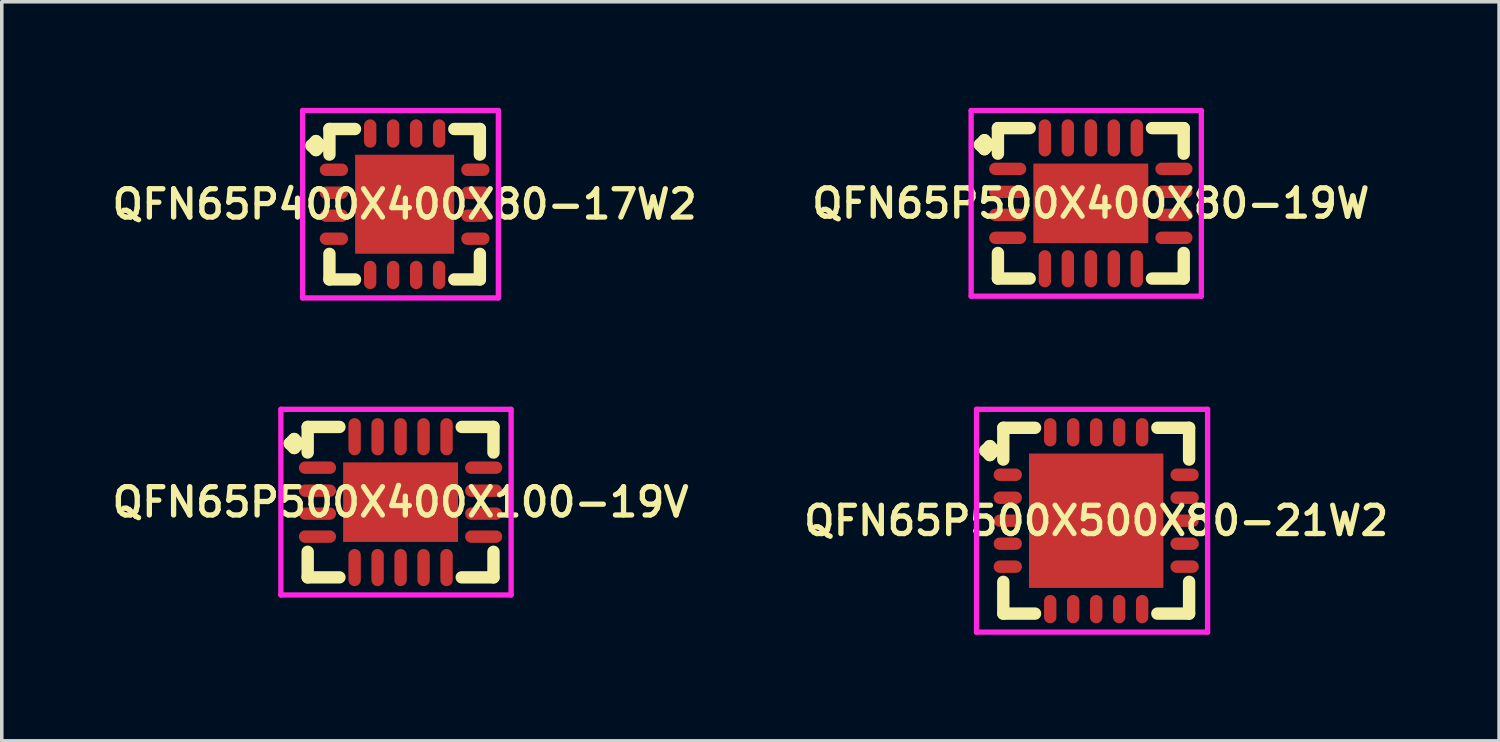
<source format=kicad_pcb>
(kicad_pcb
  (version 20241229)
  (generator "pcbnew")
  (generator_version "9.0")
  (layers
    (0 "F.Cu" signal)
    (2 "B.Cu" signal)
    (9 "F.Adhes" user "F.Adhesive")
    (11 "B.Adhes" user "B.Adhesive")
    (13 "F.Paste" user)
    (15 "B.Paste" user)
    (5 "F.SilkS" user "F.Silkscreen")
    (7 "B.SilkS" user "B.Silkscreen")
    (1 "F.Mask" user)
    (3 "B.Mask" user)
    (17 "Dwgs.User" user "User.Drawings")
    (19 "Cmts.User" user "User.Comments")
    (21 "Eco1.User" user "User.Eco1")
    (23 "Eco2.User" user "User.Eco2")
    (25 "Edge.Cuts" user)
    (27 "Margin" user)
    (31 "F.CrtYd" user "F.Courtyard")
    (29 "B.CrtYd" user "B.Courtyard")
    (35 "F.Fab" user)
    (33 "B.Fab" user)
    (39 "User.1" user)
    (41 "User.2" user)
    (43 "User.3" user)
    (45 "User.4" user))
  (footprint "QFN65P500X400X80-19W"
    (layer "F.Cu")
    (at 27.797 2.7)
    (property "Reference" "QFN65P500X400X80-19W" (at 0 0 0) (layer "F.SilkS") (effects (font (size 0.8 0.8) (thickness 0.15))))
    (attr smd)
    (fp_line (start -3.135 -1.658) (end -3.008 -1.785) (stroke (width 0.35) (type solid)) (layer "F.SilkS"))
    (fp_line (start -3.008 -1.785) (end -2.881 -1.658) (stroke (width 0.35) (type solid)) (layer "F.SilkS"))
    (fp_line (start -3.008 -1.531) (end -3.135 -1.658) (stroke (width 0.35) (type solid)) (layer "F.SilkS"))
    (fp_line (start -2.881 -1.658) (end -3.008 -1.531) (stroke (width 0.35) (type solid)) (layer "F.SilkS"))
    (fp_line (start -2.627 -2.127) (end -1.729 -2.127) (stroke (width 0.35) (type solid)) (layer "F.SilkS"))
    (fp_line (start -2.627 -1.404) (end -2.627 -2.127) (stroke (width 0.35) (type solid)) (layer "F.SilkS"))
    (fp_line (start -2.627 1.404) (end -2.627 2.127) (stroke (width 0.35) (type solid)) (layer "F.SilkS"))
    (fp_line (start -2.627 2.127) (end -1.729 2.127) (stroke (width 0.35) (type solid)) (layer "F.SilkS"))
    (fp_line (start 1.729 -2.127) (end 2.627 -2.127) (stroke (width 0.35) (type solid)) (layer "F.SilkS"))
    (fp_line (start 1.729 2.127) (end 2.627 2.127) (stroke (width 0.35) (type solid)) (layer "F.SilkS"))
    (fp_line (start 2.627 -2.127) (end 2.627 -1.404) (stroke (width 0.35) (type solid)) (layer "F.SilkS"))
    (fp_line (start 2.627 2.127) (end 2.627 1.404) (stroke (width 0.35) (type solid)) (layer "F.SilkS"))
    (fp_line (start -3.385 -2.625) (end 3.125 -2.625) (stroke (width 0.15) (type solid)) (layer "F.CrtYd"))
    (fp_line (start -3.385 2.625) (end -3.385 -2.625) (stroke (width 0.15) (type solid)) (layer "F.CrtYd"))
    (fp_line (start 3.125 -2.625) (end 3.125 2.625) (stroke (width 0.15) (type solid)) (layer "F.CrtYd"))
    (fp_line (start 3.125 2.625) (end -3.385 2.625) (stroke (width 0.15) (type solid)) (layer "F.CrtYd"))
    (pad "1" smd oval (at -2.35 -0.975) (size 1.05 0.35) (layers "F.Cu" "F.Mask" "F.Paste"))
    (pad "2" smd oval (at -2.35 -0.325) (size 1.05 0.35) (layers "F.Cu" "F.Mask" "F.Paste"))
    (pad "3" smd oval (at -2.35 0.325) (size 1.05 0.35) (layers "F.Cu" "F.Mask" "F.Paste"))
    (pad "4" smd oval (at -2.35 0.975) (size 1.05 0.35) (layers "F.Cu" "F.Mask" "F.Paste"))
    (pad "5" smd oval (at -1.3 1.85) (size 0.35 1.05) (layers "F.Cu" "F.Mask" "F.Paste"))
    (pad "6" smd oval (at -0.65 1.85) (size 0.35 1.05) (layers "F.Cu" "F.Mask" "F.Paste"))
    (pad "7" smd oval (at 0 1.85) (size 0.35 1.05) (layers "F.Cu" "F.Mask" "F.Paste"))
    (pad "8" smd oval (at 0.65 1.85) (size 0.35 1.05) (layers "F.Cu" "F.Mask" "F.Paste"))
    (pad "9" smd oval (at 1.3 1.85) (size 0.35 1.05) (layers "F.Cu" "F.Mask" "F.Paste"))
    (pad "10" smd oval (at 2.35 0.975) (size 1.05 0.35) (layers "F.Cu" "F.Mask" "F.Paste"))
    (pad "11" smd oval (at 2.35 0.325) (size 1.05 0.35) (layers "F.Cu" "F.Mask" "F.Paste"))
    (pad "12" smd oval (at 2.35 -0.325) (size 1.05 0.35) (layers "F.Cu" "F.Mask" "F.Paste"))
    (pad "13" smd oval (at 2.35 -0.975) (size 1.05 0.35) (layers "F.Cu" "F.Mask" "F.Paste"))
    (pad "14" smd oval (at 1.3 -1.85) (size 0.35 1.05) (layers "F.Cu" "F.Mask" "F.Paste"))
    (pad "15" smd oval (at 0.65 -1.85) (size 0.35 1.05) (layers "F.Cu" "F.Mask" "F.Paste"))
    (pad "16" smd oval (at 0 -1.85) (size 0.35 1.05) (layers "F.Cu" "F.Mask" "F.Paste"))
    (pad "17" smd oval (at -0.65 -1.85) (size 0.35 1.05) (layers "F.Cu" "F.Mask" "F.Paste"))
    (pad "18" smd oval (at -1.3 -1.85) (size 0.35 1.05) (layers "F.Cu" "F.Mask" "F.Paste"))
    (pad "19" smd rect (at 0 0) (size 3.25 2.25) (layers "F.Cu" "F.Mask" "F.Paste")))
  (footprint "QFN65P400X400X80-17W2"
    (layer "F.Cu")
    (at 8.393 2.725)
    (property "Reference" "QFN65P400X400X80-17W2" (at 0 0 0) (layer "F.SilkS") (effects (font (size 0.8 0.8) (thickness 0.15))))
    (attr smd)
    (fp_line (start -2.635 -1.658) (end -2.508 -1.785) (stroke (width 0.35) (type solid)) (layer "F.SilkS"))
    (fp_line (start -2.508 -1.785) (end -2.381 -1.658) (stroke (width 0.35) (type solid)) (layer "F.SilkS"))
    (fp_line (start -2.508 -1.531) (end -2.635 -1.658) (stroke (width 0.35) (type solid)) (layer "F.SilkS"))
    (fp_line (start -2.381 -1.658) (end -2.508 -1.531) (stroke (width 0.35) (type solid)) (layer "F.SilkS"))
    (fp_line (start -2.127 -2.127) (end -1.404 -2.127) (stroke (width 0.35) (type solid)) (layer "F.SilkS"))
    (fp_line (start -2.127 -1.404) (end -2.127 -2.127) (stroke (width 0.35) (type solid)) (layer "F.SilkS"))
    (fp_line (start -2.127 1.404) (end -2.127 2.127) (stroke (width 0.35) (type solid)) (layer "F.SilkS"))
    (fp_line (start -2.127 2.127) (end -1.404 2.127) (stroke (width 0.35) (type solid)) (layer "F.SilkS"))
    (fp_line (start 1.404 -2.127) (end 2.127 -2.127) (stroke (width 0.35) (type solid)) (layer "F.SilkS"))
    (fp_line (start 1.404 2.127) (end 2.127 2.127) (stroke (width 0.35) (type solid)) (layer "F.SilkS"))
    (fp_line (start 2.127 -2.127) (end 2.127 -1.404) (stroke (width 0.35) (type solid)) (layer "F.SilkS"))
    (fp_line (start 2.127 2.127) (end 2.127 1.404) (stroke (width 0.35) (type solid)) (layer "F.SilkS"))
    (fp_line (start -2.885 -2.65) (end 2.65 -2.65) (stroke (width 0.15) (type solid)) (layer "F.CrtYd"))
    (fp_line (start -2.885 2.65) (end -2.885 -2.65) (stroke (width 0.15) (type solid)) (layer "F.CrtYd"))
    (fp_line (start 2.65 -2.65) (end 2.65 2.65) (stroke (width 0.15) (type solid)) (layer "F.CrtYd"))
    (fp_line (start 2.65 2.65) (end -2.885 2.65) (stroke (width 0.15) (type solid)) (layer "F.CrtYd"))
    (pad "1" smd oval (at -2 -0.975) (size 0.8 0.35) (layers "F.Cu" "F.Mask" "F.Paste"))
    (pad "2" smd oval (at -2 -0.325) (size 0.8 0.35) (layers "F.Cu" "F.Mask" "F.Paste"))
    (pad "3" smd oval (at -2 0.325) (size 0.8 0.35) (layers "F.Cu" "F.Mask" "F.Paste"))
    (pad "4" smd oval (at -2 0.975) (size 0.8 0.35) (layers "F.Cu" "F.Mask" "F.Paste"))
    (pad "5" smd oval (at -0.975 2) (size 0.35 0.8) (layers "F.Cu" "F.Mask" "F.Paste"))
    (pad "6" smd oval (at -0.325 2) (size 0.35 0.8) (layers "F.Cu" "F.Mask" "F.Paste"))
    (pad "7" smd oval (at 0.325 2) (size 0.35 0.8) (layers "F.Cu" "F.Mask" "F.Paste"))
    (pad "8" smd oval (at 0.975 2) (size 0.35 0.8) (layers "F.Cu" "F.Mask" "F.Paste"))
    (pad "9" smd oval (at 2 0.975) (size 0.8 0.35) (layers "F.Cu" "F.Mask" "F.Paste"))
    (pad "10" smd oval (at 2 0.325) (size 0.8 0.35) (layers "F.Cu" "F.Mask" "F.Paste"))
    (pad "11" smd oval (at 2 -0.325) (size 0.8 0.35) (layers "F.Cu" "F.Mask" "F.Paste"))
    (pad "12" smd oval (at 2 -0.975) (size 0.8 0.35) (layers "F.Cu" "F.Mask" "F.Paste"))
    (pad "13" smd oval (at 0.975 -2) (size 0.35 0.8) (layers "F.Cu" "F.Mask" "F.Paste"))
    (pad "14" smd oval (at 0.325 -2) (size 0.35 0.8) (layers "F.Cu" "F.Mask" "F.Paste"))
    (pad "15" smd oval (at -0.325 -2) (size 0.35 0.8) (layers "F.Cu" "F.Mask" "F.Paste"))
    (pad "16" smd oval (at -0.975 -2) (size 0.35 0.8) (layers "F.Cu" "F.Mask" "F.Paste"))
    (pad "17" smd rect (at 0 0) (size 2.8 2.8) (layers "F.Cu" "F.Mask" "F.Paste")))
  (footprint "QFN65P500X500X80-21W2"
    (layer "F.Cu")
    (at 27.949 11.675)
    (property "Reference" "QFN65P500X500X80-21W2" (at 0 0 0) (layer "F.SilkS") (effects (font (size 0.8 0.8) (thickness 0.15))))
    (attr smd)
    (fp_line (start -3.135 -1.983) (end -3.008 -2.11) (stroke (width 0.35) (type solid)) (layer "F.SilkS"))
    (fp_line (start -3.008 -2.11) (end -2.881 -1.983) (stroke (width 0.35) (type solid)) (layer "F.SilkS"))
    (fp_line (start -3.008 -1.856) (end -3.135 -1.983) (stroke (width 0.35) (type solid)) (layer "F.SilkS"))
    (fp_line (start -2.881 -1.983) (end -3.008 -1.856) (stroke (width 0.35) (type solid)) (layer "F.SilkS"))
    (fp_line (start -2.627 -2.627) (end -1.729 -2.627) (stroke (width 0.35) (type solid)) (layer "F.SilkS"))
    (fp_line (start -2.627 -1.729) (end -2.627 -2.627) (stroke (width 0.35) (type solid)) (layer "F.SilkS"))
    (fp_line (start -2.627 1.729) (end -2.627 2.627) (stroke (width 0.35) (type solid)) (layer "F.SilkS"))
    (fp_line (start -2.627 2.627) (end -1.729 2.627) (stroke (width 0.35) (type solid)) (layer "F.SilkS"))
    (fp_line (start 1.729 -2.627) (end 2.627 -2.627) (stroke (width 0.35) (type solid)) (layer "F.SilkS"))
    (fp_line (start 1.729 2.627) (end 2.627 2.627) (stroke (width 0.35) (type solid)) (layer "F.SilkS"))
    (fp_line (start 2.627 -2.627) (end 2.627 -1.729) (stroke (width 0.35) (type solid)) (layer "F.SilkS"))
    (fp_line (start 2.627 2.627) (end 2.627 1.729) (stroke (width 0.35) (type solid)) (layer "F.SilkS"))
    (fp_line (start -3.385 -3.15) (end 3.15 -3.15) (stroke (width 0.15) (type solid)) (layer "F.CrtYd"))
    (fp_line (start -3.385 3.15) (end -3.385 -3.15) (stroke (width 0.15) (type solid)) (layer "F.CrtYd"))
    (fp_line (start 3.15 -3.15) (end 3.15 3.15) (stroke (width 0.15) (type solid)) (layer "F.CrtYd"))
    (fp_line (start 3.15 3.15) (end -3.385 3.15) (stroke (width 0.15) (type solid)) (layer "F.CrtYd"))
    (pad "1" smd oval (at -2.5 -1.3) (size 0.8 0.35) (layers "F.Cu" "F.Mask" "F.Paste"))
    (pad "2" smd oval (at -2.5 -0.65) (size 0.8 0.35) (layers "F.Cu" "F.Mask" "F.Paste"))
    (pad "3" smd oval (at -2.5 0) (size 0.8 0.35) (layers "F.Cu" "F.Mask" "F.Paste"))
    (pad "4" smd oval (at -2.5 0.65) (size 0.8 0.35) (layers "F.Cu" "F.Mask" "F.Paste"))
    (pad "5" smd oval (at -2.5 1.3) (size 0.8 0.35) (layers "F.Cu" "F.Mask" "F.Paste"))
    (pad "6" smd oval (at -1.3 2.5) (size 0.35 0.8) (layers "F.Cu" "F.Mask" "F.Paste"))
    (pad "7" smd oval (at -0.65 2.5) (size 0.35 0.8) (layers "F.Cu" "F.Mask" "F.Paste"))
    (pad "8" smd oval (at 0 2.5) (size 0.35 0.8) (layers "F.Cu" "F.Mask" "F.Paste"))
    (pad "9" smd oval (at 0.65 2.5) (size 0.35 0.8) (layers "F.Cu" "F.Mask" "F.Paste"))
    (pad "10" smd oval (at 1.3 2.5) (size 0.35 0.8) (layers "F.Cu" "F.Mask" "F.Paste"))
    (pad "11" smd oval (at 2.5 1.3) (size 0.8 0.35) (layers "F.Cu" "F.Mask" "F.Paste"))
    (pad "12" smd oval (at 2.5 0.65) (size 0.8 0.35) (layers "F.Cu" "F.Mask" "F.Paste"))
    (pad "13" smd oval (at 2.5 0) (size 0.8 0.35) (layers "F.Cu" "F.Mask" "F.Paste"))
    (pad "14" smd oval (at 2.5 -0.65) (size 0.8 0.35) (layers "F.Cu" "F.Mask" "F.Paste"))
    (pad "15" smd oval (at 2.5 -1.3) (size 0.8 0.35) (layers "F.Cu" "F.Mask" "F.Paste"))
    (pad "16" smd oval (at 1.3 -2.5) (size 0.35 0.8) (layers "F.Cu" "F.Mask" "F.Paste"))
    (pad "17" smd oval (at 0.65 -2.5) (size 0.35 0.8) (layers "F.Cu" "F.Mask" "F.Paste"))
    (pad "18" smd oval (at 0 -2.5) (size 0.35 0.8) (layers "F.Cu" "F.Mask" "F.Paste"))
    (pad "19" smd oval (at -0.65 -2.5) (size 0.35 0.8) (layers "F.Cu" "F.Mask" "F.Paste"))
    (pad "20" smd oval (at -1.3 -2.5) (size 0.35 0.8) (layers "F.Cu" "F.Mask" "F.Paste"))
    (pad "21" smd rect (at 0 0) (size 3.8 3.8) (layers "F.Cu" "F.Mask" "F.Paste")))
  (footprint "QFN65P500X400X100-19V"
    (layer "F.Cu")
    (at 8.278 11.15)
    (property "Reference" "QFN65P500X400X100-19V" (at 0 0 0) (layer "F.SilkS") (effects (font (size 0.8 0.8) (thickness 0.15))))
    (attr smd)
    (fp_line (start -3.135 -1.658) (end -3.008 -1.785) (stroke (width 0.35) (type solid)) (layer "F.SilkS"))
    (fp_line (start -3.008 -1.785) (end -2.881 -1.658) (stroke (width 0.35) (type solid)) (layer "F.SilkS"))
    (fp_line (start -3.008 -1.531) (end -3.135 -1.658) (stroke (width 0.35) (type solid)) (layer "F.SilkS"))
    (fp_line (start -2.881 -1.658) (end -3.008 -1.531) (stroke (width 0.35) (type solid)) (layer "F.SilkS"))
    (fp_line (start -2.627 -2.127) (end -1.729 -2.127) (stroke (width 0.35) (type solid)) (layer "F.SilkS"))
    (fp_line (start -2.627 -1.404) (end -2.627 -2.127) (stroke (width 0.35) (type solid)) (layer "F.SilkS"))
    (fp_line (start -2.627 1.404) (end -2.627 2.127) (stroke (width 0.35) (type solid)) (layer "F.SilkS"))
    (fp_line (start -2.627 2.127) (end -1.729 2.127) (stroke (width 0.35) (type solid)) (layer "F.SilkS"))
    (fp_line (start 1.729 -2.127) (end 2.627 -2.127) (stroke (width 0.35) (type solid)) (layer "F.SilkS"))
    (fp_line (start 1.729 2.127) (end 2.627 2.127) (stroke (width 0.35) (type solid)) (layer "F.SilkS"))
    (fp_line (start 2.627 -2.127) (end 2.627 -1.404) (stroke (width 0.35) (type solid)) (layer "F.SilkS"))
    (fp_line (start 2.627 2.127) (end 2.627 1.404) (stroke (width 0.35) (type solid)) (layer "F.SilkS"))
    (fp_line (start -3.385 -2.625) (end 3.125 -2.625) (stroke (width 0.15) (type solid)) (layer "F.CrtYd"))
    (fp_line (start -3.385 2.625) (end -3.385 -2.625) (stroke (width 0.15) (type solid)) (layer "F.CrtYd"))
    (fp_line (start 3.125 -2.625) (end 3.125 2.625) (stroke (width 0.15) (type solid)) (layer "F.CrtYd"))
    (fp_line (start 3.125 2.625) (end -3.385 2.625) (stroke (width 0.15) (type solid)) (layer "F.CrtYd"))
    (pad "1" smd oval (at -2.35 -0.975) (size 1.05 0.35) (layers "F.Cu" "F.Mask" "F.Paste"))
    (pad "2" smd oval (at -2.35 -0.325) (size 1.05 0.35) (layers "F.Cu" "F.Mask" "F.Paste"))
    (pad "3" smd oval (at -2.35 0.325) (size 1.05 0.35) (layers "F.Cu" "F.Mask" "F.Paste"))
    (pad "4" smd oval (at -2.35 0.975) (size 1.05 0.35) (layers "F.Cu" "F.Mask" "F.Paste"))
    (pad "5" smd oval (at -1.3 1.85) (size 0.35 1.05) (layers "F.Cu" "F.Mask" "F.Paste"))
    (pad "6" smd oval (at -0.65 1.85) (size 0.35 1.05) (layers "F.Cu" "F.Mask" "F.Paste"))
    (pad "7" smd oval (at 0 1.85) (size 0.35 1.05) (layers "F.Cu" "F.Mask" "F.Paste"))
    (pad "8" smd oval (at 0.65 1.85) (size 0.35 1.05) (layers "F.Cu" "F.Mask" "F.Paste"))
    (pad "9" smd oval (at 1.3 1.85) (size 0.35 1.05) (layers "F.Cu" "F.Mask" "F.Paste"))
    (pad "10" smd oval (at 2.35 0.975) (size 1.05 0.35) (layers "F.Cu" "F.Mask" "F.Paste"))
    (pad "11" smd oval (at 2.35 0.325) (size 1.05 0.35) (layers "F.Cu" "F.Mask" "F.Paste"))
    (pad "12" smd oval (at 2.35 -0.325) (size 1.05 0.35) (layers "F.Cu" "F.Mask" "F.Paste"))
    (pad "13" smd oval (at 2.35 -0.975) (size 1.05 0.35) (layers "F.Cu" "F.Mask" "F.Paste"))
    (pad "14" smd oval (at 1.3 -1.85) (size 0.35 1.05) (layers "F.Cu" "F.Mask" "F.Paste"))
    (pad "15" smd oval (at 0.65 -1.85) (size 0.35 1.05) (layers "F.Cu" "F.Mask" "F.Paste"))
    (pad "16" smd oval (at 0 -1.85) (size 0.35 1.05) (layers "F.Cu" "F.Mask" "F.Paste"))
    (pad "17" smd oval (at -0.65 -1.85) (size 0.35 1.05) (layers "F.Cu" "F.Mask" "F.Paste"))
    (pad "18" smd oval (at -1.3 -1.85) (size 0.35 1.05) (layers "F.Cu" "F.Mask" "F.Paste"))
    (pad "19" smd rect (at 0 0) (size 3.25 2.25) (layers "F.Cu" "F.Mask" "F.Paste")))
  (gr_rect
    (start -3 -3)
    (end 39.342 17.9)
    (stroke (width 0.1) (type default))
    (fill no)
    (layer "Edge.Cuts")))
</source>
